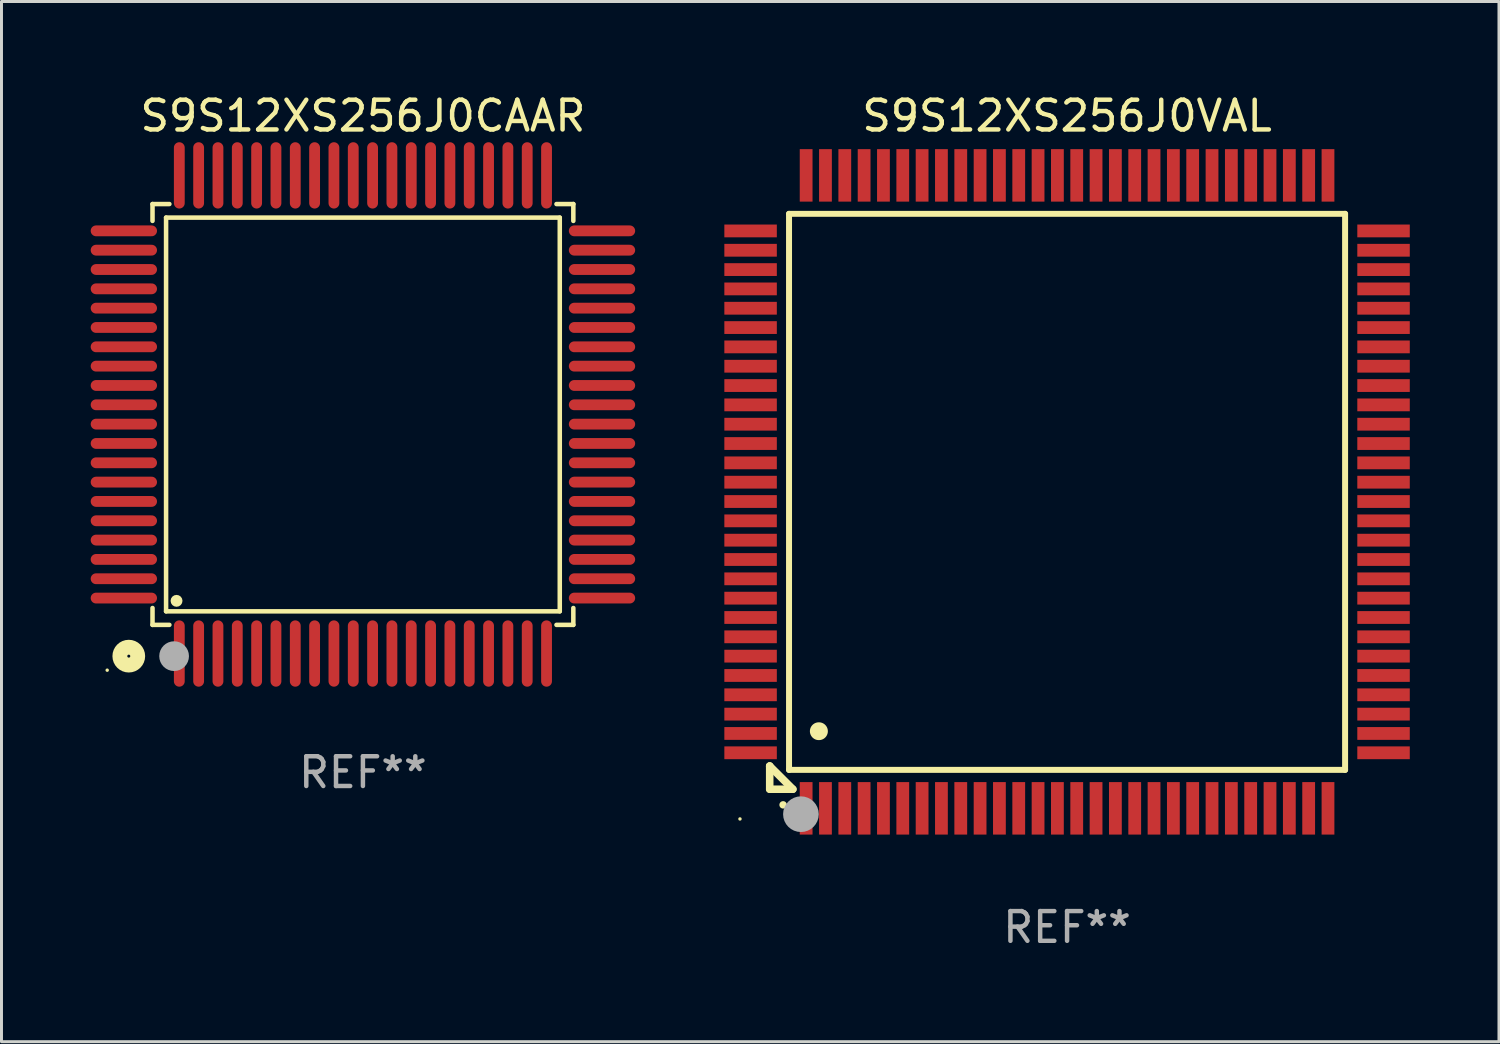
<source format=kicad_pcb>
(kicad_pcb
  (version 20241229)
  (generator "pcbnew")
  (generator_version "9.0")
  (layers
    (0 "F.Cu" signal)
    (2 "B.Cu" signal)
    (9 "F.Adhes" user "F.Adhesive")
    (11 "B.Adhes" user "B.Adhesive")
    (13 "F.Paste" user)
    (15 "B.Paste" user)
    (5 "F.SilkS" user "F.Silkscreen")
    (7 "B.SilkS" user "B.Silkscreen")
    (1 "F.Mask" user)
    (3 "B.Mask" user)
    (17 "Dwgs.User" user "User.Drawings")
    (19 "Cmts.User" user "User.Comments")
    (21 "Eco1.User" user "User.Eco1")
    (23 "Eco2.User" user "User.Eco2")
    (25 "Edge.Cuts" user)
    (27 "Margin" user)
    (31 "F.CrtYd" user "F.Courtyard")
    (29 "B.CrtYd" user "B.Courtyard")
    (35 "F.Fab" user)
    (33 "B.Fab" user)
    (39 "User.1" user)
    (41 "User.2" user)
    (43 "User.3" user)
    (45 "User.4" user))
  (footprint "S9S12XS256J0VAL"
    (layer "F.Cu")
    (at 32.835 13.491)
    (property "Reference" "S9S12XS256J0VAL" (at 0 -12.643 0) (layer "F.SilkS") (effects (font (size 1 1) (thickness 0.15))))
    (attr through_hole)
    (fp_line (start -10 9.221) (end -10 9.221) (stroke (width 0.254) (type solid)) (layer "F.SilkS"))
    (fp_line (start -10 9.221) (end -10 10) (stroke (width 0.254) (type solid)) (layer "F.SilkS"))
    (fp_line (start -10 9.221) (end -9.221 10) (stroke (width 0.254) (type solid)) (layer "F.SilkS"))
    (fp_line (start -10 10) (end -9.221 10) (stroke (width 0.254) (type solid)) (layer "F.SilkS"))
    (fp_line (start -9.35 -9.35) (end -9.35 9.35) (stroke (width 0.201) (type solid)) (layer "F.SilkS"))
    (fp_line (start -9.35 9.35) (end 9.35 9.35) (stroke (width 0.201) (type solid)) (layer "F.SilkS"))
    (fp_line (start 9.35 -9.35) (end -9.35 -9.35) (stroke (width 0.201) (type solid)) (layer "F.SilkS"))
    (fp_line (start 9.35 9.35) (end 9.35 -9.35) (stroke (width 0.201) (type solid)) (layer "F.SilkS"))
    (fp_arc (start -9.550546 10.525832) (mid -9.549276 10.525826) (end -9.548006 10.525832) (stroke (width 0.24892) (type solid)) (layer "F.SilkS"))
    (fp_arc (start -8.349124 8.049327) (mid -8.346584 8.049316) (end -8.344044 8.049327) (stroke (width 0.599441) (type solid)) (layer "F.SilkS"))
    (fp_circle (center -11 11) (end -10.97 11) (stroke (width 0.06) (type solid)) (fill no) (layer "F.SilkS"))
    (fp_circle (center -8.95 10.84) (end -8.65 10.84) (stroke (width 0.6) (type solid)) (fill no) (layer "F.Fab"))
    (fp_text user "REF**" (at 0 14.643 0) (layer "F.Fab") (effects (font (size 1 1) (thickness 0.15))))
    (pad "1" smd rect (at -8.775 10.643) (size 0.43 1.765) (layers "F.Cu" "F.Mask" "F.Paste"))
    (pad "2" smd rect (at -8.125 10.643) (size 0.43 1.765) (layers "F.Cu" "F.Mask" "F.Paste"))
    (pad "3" smd rect (at -7.475 10.643) (size 0.43 1.765) (layers "F.Cu" "F.Mask" "F.Paste"))
    (pad "4" smd rect (at -6.825 10.643) (size 0.43 1.765) (layers "F.Cu" "F.Mask" "F.Paste"))
    (pad "5" smd rect (at -6.175 10.643) (size 0.43 1.765) (layers "F.Cu" "F.Mask" "F.Paste"))
    (pad "6" smd rect (at -5.525 10.643) (size 0.43 1.765) (layers "F.Cu" "F.Mask" "F.Paste"))
    (pad "7" smd rect (at -4.875 10.643) (size 0.43 1.765) (layers "F.Cu" "F.Mask" "F.Paste"))
    (pad "8" smd rect (at -4.225 10.643) (size 0.43 1.765) (layers "F.Cu" "F.Mask" "F.Paste"))
    (pad "9" smd rect (at -3.575 10.643) (size 0.43 1.765) (layers "F.Cu" "F.Mask" "F.Paste"))
    (pad "10" smd rect (at -2.925 10.643) (size 0.43 1.765) (layers "F.Cu" "F.Mask" "F.Paste"))
    (pad "11" smd rect (at -2.275 10.643) (size 0.43 1.765) (layers "F.Cu" "F.Mask" "F.Paste"))
    (pad "12" smd rect (at -1.625 10.643) (size 0.43 1.765) (layers "F.Cu" "F.Mask" "F.Paste"))
    (pad "13" smd rect (at -0.975 10.643) (size 0.43 1.765) (layers "F.Cu" "F.Mask" "F.Paste"))
    (pad "14" smd rect (at -0.325 10.643) (size 0.43 1.765) (layers "F.Cu" "F.Mask" "F.Paste"))
    (pad "15" smd rect (at 0.325 10.643) (size 0.43 1.765) (layers "F.Cu" "F.Mask" "F.Paste"))
    (pad "16" smd rect (at 0.975 10.643) (size 0.43 1.765) (layers "F.Cu" "F.Mask" "F.Paste"))
    (pad "17" smd rect (at 1.625 10.643) (size 0.43 1.765) (layers "F.Cu" "F.Mask" "F.Paste"))
    (pad "18" smd rect (at 2.275 10.643) (size 0.43 1.765) (layers "F.Cu" "F.Mask" "F.Paste"))
    (pad "19" smd rect (at 2.925 10.643) (size 0.43 1.765) (layers "F.Cu" "F.Mask" "F.Paste"))
    (pad "20" smd rect (at 3.575 10.643) (size 0.43 1.765) (layers "F.Cu" "F.Mask" "F.Paste"))
    (pad "21" smd rect (at 4.225 10.643) (size 0.43 1.765) (layers "F.Cu" "F.Mask" "F.Paste"))
    (pad "22" smd rect (at 4.875 10.643) (size 0.43 1.765) (layers "F.Cu" "F.Mask" "F.Paste"))
    (pad "23" smd rect (at 5.525 10.643) (size 0.43 1.765) (layers "F.Cu" "F.Mask" "F.Paste"))
    (pad "24" smd rect (at 6.175 10.643) (size 0.43 1.765) (layers "F.Cu" "F.Mask" "F.Paste"))
    (pad "25" smd rect (at 6.825 10.643) (size 0.43 1.765) (layers "F.Cu" "F.Mask" "F.Paste"))
    (pad "26" smd rect (at 7.475 10.643) (size 0.43 1.765) (layers "F.Cu" "F.Mask" "F.Paste"))
    (pad "27" smd rect (at 8.125 10.643) (size 0.43 1.765) (layers "F.Cu" "F.Mask" "F.Paste"))
    (pad "28" smd rect (at 8.775 10.643) (size 0.43 1.765) (layers "F.Cu" "F.Mask" "F.Paste"))
    (pad "29" smd rect (at 10.643 8.775) (size 1.765 0.43) (layers "F.Cu" "F.Mask" "F.Paste"))
    (pad "30" smd rect (at 10.643 8.125) (size 1.765 0.43) (layers "F.Cu" "F.Mask" "F.Paste"))
    (pad "31" smd rect (at 10.643 7.475) (size 1.765 0.43) (layers "F.Cu" "F.Mask" "F.Paste"))
    (pad "32" smd rect (at 10.643 6.825) (size 1.765 0.43) (layers "F.Cu" "F.Mask" "F.Paste"))
    (pad "33" smd rect (at 10.643 6.175) (size 1.765 0.43) (layers "F.Cu" "F.Mask" "F.Paste"))
    (pad "34" smd rect (at 10.643 5.525) (size 1.765 0.43) (layers "F.Cu" "F.Mask" "F.Paste"))
    (pad "35" smd rect (at 10.643 4.875) (size 1.765 0.43) (layers "F.Cu" "F.Mask" "F.Paste"))
    (pad "36" smd rect (at 10.643 4.225) (size 1.765 0.43) (layers "F.Cu" "F.Mask" "F.Paste"))
    (pad "37" smd rect (at 10.643 3.575) (size 1.765 0.43) (layers "F.Cu" "F.Mask" "F.Paste"))
    (pad "38" smd rect (at 10.643 2.925) (size 1.765 0.43) (layers "F.Cu" "F.Mask" "F.Paste"))
    (pad "39" smd rect (at 10.643 2.275) (size 1.765 0.43) (layers "F.Cu" "F.Mask" "F.Paste"))
    (pad "40" smd rect (at 10.643 1.625) (size 1.765 0.43) (layers "F.Cu" "F.Mask" "F.Paste"))
    (pad "41" smd rect (at 10.643 0.975) (size 1.765 0.43) (layers "F.Cu" "F.Mask" "F.Paste"))
    (pad "42" smd rect (at 10.643 0.325) (size 1.765 0.43) (layers "F.Cu" "F.Mask" "F.Paste"))
    (pad "43" smd rect (at 10.643 -0.325) (size 1.765 0.43) (layers "F.Cu" "F.Mask" "F.Paste"))
    (pad "44" smd rect (at 10.643 -0.975) (size 1.765 0.43) (layers "F.Cu" "F.Mask" "F.Paste"))
    (pad "45" smd rect (at 10.643 -1.625) (size 1.765 0.43) (layers "F.Cu" "F.Mask" "F.Paste"))
    (pad "46" smd rect (at 10.643 -2.275) (size 1.765 0.43) (layers "F.Cu" "F.Mask" "F.Paste"))
    (pad "47" smd rect (at 10.643 -2.925) (size 1.765 0.43) (layers "F.Cu" "F.Mask" "F.Paste"))
    (pad "48" smd rect (at 10.643 -3.575) (size 1.765 0.43) (layers "F.Cu" "F.Mask" "F.Paste"))
    (pad "49" smd rect (at 10.643 -4.225) (size 1.765 0.43) (layers "F.Cu" "F.Mask" "F.Paste"))
    (pad "50" smd rect (at 10.643 -4.875) (size 1.765 0.43) (layers "F.Cu" "F.Mask" "F.Paste"))
    (pad "51" smd rect (at 10.643 -5.525) (size 1.765 0.43) (layers "F.Cu" "F.Mask" "F.Paste"))
    (pad "52" smd rect (at 10.643 -6.175) (size 1.765 0.43) (layers "F.Cu" "F.Mask" "F.Paste"))
    (pad "53" smd rect (at 10.643 -6.825) (size 1.765 0.43) (layers "F.Cu" "F.Mask" "F.Paste"))
    (pad "54" smd rect (at 10.643 -7.475) (size 1.765 0.43) (layers "F.Cu" "F.Mask" "F.Paste"))
    (pad "55" smd rect (at 10.643 -8.125) (size 1.765 0.43) (layers "F.Cu" "F.Mask" "F.Paste"))
    (pad "56" smd rect (at 10.643 -8.775) (size 1.765 0.43) (layers "F.Cu" "F.Mask" "F.Paste"))
    (pad "57" smd rect (at 8.775 -10.643) (size 0.43 1.765) (layers "F.Cu" "F.Mask" "F.Paste"))
    (pad "58" smd rect (at 8.125 -10.643) (size 0.43 1.765) (layers "F.Cu" "F.Mask" "F.Paste"))
    (pad "59" smd rect (at 7.475 -10.643) (size 0.43 1.765) (layers "F.Cu" "F.Mask" "F.Paste"))
    (pad "60" smd rect (at 6.825 -10.643) (size 0.43 1.765) (layers "F.Cu" "F.Mask" "F.Paste"))
    (pad "61" smd rect (at 6.175 -10.643) (size 0.43 1.765) (layers "F.Cu" "F.Mask" "F.Paste"))
    (pad "62" smd rect (at 5.525 -10.643) (size 0.43 1.765) (layers "F.Cu" "F.Mask" "F.Paste"))
    (pad "63" smd rect (at 4.875 -10.643) (size 0.43 1.765) (layers "F.Cu" "F.Mask" "F.Paste"))
    (pad "64" smd rect (at 4.225 -10.643) (size 0.43 1.765) (layers "F.Cu" "F.Mask" "F.Paste"))
    (pad "65" smd rect (at 3.575 -10.643) (size 0.43 1.765) (layers "F.Cu" "F.Mask" "F.Paste"))
    (pad "66" smd rect (at 2.925 -10.643) (size 0.43 1.765) (layers "F.Cu" "F.Mask" "F.Paste"))
    (pad "67" smd rect (at 2.275 -10.643) (size 0.43 1.765) (layers "F.Cu" "F.Mask" "F.Paste"))
    (pad "68" smd rect (at 1.625 -10.643) (size 0.43 1.765) (layers "F.Cu" "F.Mask" "F.Paste"))
    (pad "69" smd rect (at 0.975 -10.643) (size 0.43 1.765) (layers "F.Cu" "F.Mask" "F.Paste"))
    (pad "70" smd rect (at 0.325 -10.643) (size 0.43 1.765) (layers "F.Cu" "F.Mask" "F.Paste"))
    (pad "71" smd rect (at -0.325 -10.643) (size 0.43 1.765) (layers "F.Cu" "F.Mask" "F.Paste"))
    (pad "72" smd rect (at -0.975 -10.643) (size 0.43 1.765) (layers "F.Cu" "F.Mask" "F.Paste"))
    (pad "73" smd rect (at -1.625 -10.643) (size 0.43 1.765) (layers "F.Cu" "F.Mask" "F.Paste"))
    (pad "74" smd rect (at -2.275 -10.643) (size 0.43 1.765) (layers "F.Cu" "F.Mask" "F.Paste"))
    (pad "75" smd rect (at -2.925 -10.643) (size 0.43 1.765) (layers "F.Cu" "F.Mask" "F.Paste"))
    (pad "76" smd rect (at -3.575 -10.643) (size 0.43 1.765) (layers "F.Cu" "F.Mask" "F.Paste"))
    (pad "77" smd rect (at -4.225 -10.643) (size 0.43 1.765) (layers "F.Cu" "F.Mask" "F.Paste"))
    (pad "78" smd rect (at -4.875 -10.643) (size 0.43 1.765) (layers "F.Cu" "F.Mask" "F.Paste"))
    (pad "79" smd rect (at -5.525 -10.643) (size 0.43 1.765) (layers "F.Cu" "F.Mask" "F.Paste"))
    (pad "80" smd rect (at -6.175 -10.643) (size 0.43 1.765) (layers "F.Cu" "F.Mask" "F.Paste"))
    (pad "81" smd rect (at -6.825 -10.643) (size 0.43 1.765) (layers "F.Cu" "F.Mask" "F.Paste"))
    (pad "82" smd rect (at -7.475 -10.643) (size 0.43 1.765) (layers "F.Cu" "F.Mask" "F.Paste"))
    (pad "83" smd rect (at -8.125 -10.643) (size 0.43 1.765) (layers "F.Cu" "F.Mask" "F.Paste"))
    (pad "84" smd rect (at -8.775 -10.643) (size 0.43 1.765) (layers "F.Cu" "F.Mask" "F.Paste"))
    (pad "85" smd rect (at -10.643 -8.775) (size 1.765 0.43) (layers "F.Cu" "F.Mask" "F.Paste"))
    (pad "86" smd rect (at -10.643 -8.125) (size 1.765 0.43) (layers "F.Cu" "F.Mask" "F.Paste"))
    (pad "87" smd rect (at -10.643 -7.475) (size 1.765 0.43) (layers "F.Cu" "F.Mask" "F.Paste"))
    (pad "88" smd rect (at -10.643 -6.825) (size 1.765 0.43) (layers "F.Cu" "F.Mask" "F.Paste"))
    (pad "89" smd rect (at -10.643 -6.175) (size 1.765 0.43) (layers "F.Cu" "F.Mask" "F.Paste"))
    (pad "90" smd rect (at -10.643 -5.525) (size 1.765 0.43) (layers "F.Cu" "F.Mask" "F.Paste"))
    (pad "91" smd rect (at -10.643 -4.875) (size 1.765 0.43) (layers "F.Cu" "F.Mask" "F.Paste"))
    (pad "92" smd rect (at -10.643 -4.225) (size 1.765 0.43) (layers "F.Cu" "F.Mask" "F.Paste"))
    (pad "93" smd rect (at -10.643 -3.575) (size 1.765 0.43) (layers "F.Cu" "F.Mask" "F.Paste"))
    (pad "94" smd rect (at -10.643 -2.925) (size 1.765 0.43) (layers "F.Cu" "F.Mask" "F.Paste"))
    (pad "95" smd rect (at -10.643 -2.275) (size 1.765 0.43) (layers "F.Cu" "F.Mask" "F.Paste"))
    (pad "96" smd rect (at -10.643 -1.625) (size 1.765 0.43) (layers "F.Cu" "F.Mask" "F.Paste"))
    (pad "97" smd rect (at -10.643 -0.975) (size 1.765 0.43) (layers "F.Cu" "F.Mask" "F.Paste"))
    (pad "98" smd rect (at -10.643 -0.325) (size 1.765 0.43) (layers "F.Cu" "F.Mask" "F.Paste"))
    (pad "99" smd rect (at -10.643 0.325) (size 1.765 0.43) (layers "F.Cu" "F.Mask" "F.Paste"))
    (pad "100" smd rect (at -10.643 0.975) (size 1.765 0.43) (layers "F.Cu" "F.Mask" "F.Paste"))
    (pad "101" smd rect (at -10.643 1.625) (size 1.765 0.43) (layers "F.Cu" "F.Mask" "F.Paste"))
    (pad "102" smd rect (at -10.643 2.275) (size 1.765 0.43) (layers "F.Cu" "F.Mask" "F.Paste"))
    (pad "103" smd rect (at -10.643 2.925) (size 1.765 0.43) (layers "F.Cu" "F.Mask" "F.Paste"))
    (pad "104" smd rect (at -10.643 3.575) (size 1.765 0.43) (layers "F.Cu" "F.Mask" "F.Paste"))
    (pad "105" smd rect (at -10.643 4.225) (size 1.765 0.43) (layers "F.Cu" "F.Mask" "F.Paste"))
    (pad "106" smd rect (at -10.643 4.875) (size 1.765 0.43) (layers "F.Cu" "F.Mask" "F.Paste"))
    (pad "107" smd rect (at -10.643 5.525) (size 1.765 0.43) (layers "F.Cu" "F.Mask" "F.Paste"))
    (pad "108" smd rect (at -10.643 6.175) (size 1.765 0.43) (layers "F.Cu" "F.Mask" "F.Paste"))
    (pad "109" smd rect (at -10.643 6.825) (size 1.765 0.43) (layers "F.Cu" "F.Mask" "F.Paste"))
    (pad "110" smd rect (at -10.643 7.475) (size 1.765 0.43) (layers "F.Cu" "F.Mask" "F.Paste"))
    (pad "111" smd rect (at -10.643 8.125) (size 1.765 0.43) (layers "F.Cu" "F.Mask" "F.Paste"))
    (pad "112" smd rect (at -10.643 8.775) (size 1.765 0.43) (layers "F.Cu" "F.Mask" "F.Paste")))
  (footprint "S9S12XS256J0CAAR"
    (layer "F.Cu")
    (at 9.155 10.888)
    (property "Reference" "S9S12XS256J0CAAR" (at 0 -10.04 0) (layer "F.SilkS") (effects (font (size 1 1) (thickness 0.15))))
    (attr through_hole)
    (fp_line (start -7.076 -7.076) (end -7.076 -6.509) (stroke (width 0.152) (type solid)) (layer "F.SilkS"))
    (fp_line (start -7.076 7.076) (end -7.076 6.509) (stroke (width 0.152) (type solid)) (layer "F.SilkS"))
    (fp_line (start -6.62 -6.62) (end 6.62 -6.62) (stroke (width 0.152) (type solid)) (layer "F.SilkS"))
    (fp_line (start -6.62 6.62) (end -6.62 -6.62) (stroke (width 0.152) (type solid)) (layer "F.SilkS"))
    (fp_line (start -6.509 -7.076) (end -7.076 -7.076) (stroke (width 0.152) (type solid)) (layer "F.SilkS"))
    (fp_line (start -6.509 7.076) (end -7.076 7.076) (stroke (width 0.152) (type solid)) (layer "F.SilkS"))
    (fp_line (start 6.509 -7.076) (end 7.076 -7.076) (stroke (width 0.152) (type solid)) (layer "F.SilkS"))
    (fp_line (start 6.509 7.076) (end 7.076 7.076) (stroke (width 0.152) (type solid)) (layer "F.SilkS"))
    (fp_line (start 6.62 -6.62) (end 6.62 6.62) (stroke (width 0.152) (type solid)) (layer "F.SilkS"))
    (fp_line (start 6.62 6.62) (end -6.62 6.62) (stroke (width 0.152) (type solid)) (layer "F.SilkS"))
    (fp_line (start 7.076 -7.076) (end 7.076 -6.509) (stroke (width 0.152) (type solid)) (layer "F.SilkS"))
    (fp_line (start 7.076 7.076) (end 7.076 6.509) (stroke (width 0.152) (type solid)) (layer "F.SilkS"))
    (fp_circle (center -8.6 8.6) (end -8.57 8.6) (stroke (width 0.06) (type solid)) (fill no) (layer "F.SilkS"))
    (fp_circle (center -7.874 8.128) (end -7.574 8.128) (stroke (width 0.5) (type solid)) (fill no) (layer "F.SilkS"))
    (fp_circle (center -6.268 6.268) (end -6.168 6.268) (stroke (width 0.2) (type solid)) (fill no) (layer "F.SilkS"))
    (fp_circle (center -6.35 8.128) (end -6.1 8.128) (stroke (width 0.5) (type solid)) (fill no) (layer "F.Fab"))
    (fp_text user "REF**" (at 0 12.04 0) (layer "F.Fab") (effects (font (size 1 1) (thickness 0.15))))
    (pad "1" smd oval (at -6.175 8.04) (size 0.364 2.23) (layers "F.Cu" "F.Mask" "F.Paste"))
    (pad "2" smd oval (at -5.525 8.04) (size 0.364 2.23) (layers "F.Cu" "F.Mask" "F.Paste"))
    (pad "3" smd oval (at -4.875 8.04) (size 0.364 2.23) (layers "F.Cu" "F.Mask" "F.Paste"))
    (pad "4" smd oval (at -4.225 8.04) (size 0.364 2.23) (layers "F.Cu" "F.Mask" "F.Paste"))
    (pad "5" smd oval (at -3.575 8.04) (size 0.364 2.23) (layers "F.Cu" "F.Mask" "F.Paste"))
    (pad "6" smd oval (at -2.925 8.04) (size 0.364 2.23) (layers "F.Cu" "F.Mask" "F.Paste"))
    (pad "7" smd oval (at -2.275 8.04) (size 0.364 2.23) (layers "F.Cu" "F.Mask" "F.Paste"))
    (pad "8" smd oval (at -1.625 8.04) (size 0.364 2.23) (layers "F.Cu" "F.Mask" "F.Paste"))
    (pad "9" smd oval (at -0.975 8.04) (size 0.364 2.23) (layers "F.Cu" "F.Mask" "F.Paste"))
    (pad "10" smd oval (at -0.325 8.04) (size 0.364 2.23) (layers "F.Cu" "F.Mask" "F.Paste"))
    (pad "11" smd oval (at 0.325 8.04) (size 0.364 2.23) (layers "F.Cu" "F.Mask" "F.Paste"))
    (pad "12" smd oval (at 0.975 8.04) (size 0.364 2.23) (layers "F.Cu" "F.Mask" "F.Paste"))
    (pad "13" smd oval (at 1.625 8.04) (size 0.364 2.23) (layers "F.Cu" "F.Mask" "F.Paste"))
    (pad "14" smd oval (at 2.275 8.04) (size 0.364 2.23) (layers "F.Cu" "F.Mask" "F.Paste"))
    (pad "15" smd oval (at 2.925 8.04) (size 0.364 2.23) (layers "F.Cu" "F.Mask" "F.Paste"))
    (pad "16" smd oval (at 3.575 8.04) (size 0.364 2.23) (layers "F.Cu" "F.Mask" "F.Paste"))
    (pad "17" smd oval (at 4.225 8.04) (size 0.364 2.23) (layers "F.Cu" "F.Mask" "F.Paste"))
    (pad "18" smd oval (at 4.875 8.04) (size 0.364 2.23) (layers "F.Cu" "F.Mask" "F.Paste"))
    (pad "19" smd oval (at 5.525 8.04) (size 0.364 2.23) (layers "F.Cu" "F.Mask" "F.Paste"))
    (pad "20" smd oval (at 6.175 8.04) (size 0.364 2.23) (layers "F.Cu" "F.Mask" "F.Paste"))
    (pad "21" smd oval (at 8.04 6.175) (size 2.23 0.364) (layers "F.Cu" "F.Mask" "F.Paste"))
    (pad "22" smd oval (at 8.04 5.525) (size 2.23 0.364) (layers "F.Cu" "F.Mask" "F.Paste"))
    (pad "23" smd oval (at 8.04 4.875) (size 2.23 0.364) (layers "F.Cu" "F.Mask" "F.Paste"))
    (pad "24" smd oval (at 8.04 4.225) (size 2.23 0.364) (layers "F.Cu" "F.Mask" "F.Paste"))
    (pad "25" smd oval (at 8.04 3.575) (size 2.23 0.364) (layers "F.Cu" "F.Mask" "F.Paste"))
    (pad "26" smd oval (at 8.04 2.925) (size 2.23 0.364) (layers "F.Cu" "F.Mask" "F.Paste"))
    (pad "27" smd oval (at 8.04 2.275) (size 2.23 0.364) (layers "F.Cu" "F.Mask" "F.Paste"))
    (pad "28" smd oval (at 8.04 1.625) (size 2.23 0.364) (layers "F.Cu" "F.Mask" "F.Paste"))
    (pad "29" smd oval (at 8.04 0.975) (size 2.23 0.364) (layers "F.Cu" "F.Mask" "F.Paste"))
    (pad "30" smd oval (at 8.04 0.325) (size 2.23 0.364) (layers "F.Cu" "F.Mask" "F.Paste"))
    (pad "31" smd oval (at 8.04 -0.325) (size 2.23 0.364) (layers "F.Cu" "F.Mask" "F.Paste"))
    (pad "32" smd oval (at 8.04 -0.975) (size 2.23 0.364) (layers "F.Cu" "F.Mask" "F.Paste"))
    (pad "33" smd oval (at 8.04 -1.625) (size 2.23 0.364) (layers "F.Cu" "F.Mask" "F.Paste"))
    (pad "34" smd oval (at 8.04 -2.275) (size 2.23 0.364) (layers "F.Cu" "F.Mask" "F.Paste"))
    (pad "35" smd oval (at 8.04 -2.925) (size 2.23 0.364) (layers "F.Cu" "F.Mask" "F.Paste"))
    (pad "36" smd oval (at 8.04 -3.575) (size 2.23 0.364) (layers "F.Cu" "F.Mask" "F.Paste"))
    (pad "37" smd oval (at 8.04 -4.225) (size 2.23 0.364) (layers "F.Cu" "F.Mask" "F.Paste"))
    (pad "38" smd oval (at 8.04 -4.875) (size 2.23 0.364) (layers "F.Cu" "F.Mask" "F.Paste"))
    (pad "39" smd oval (at 8.04 -5.525) (size 2.23 0.364) (layers "F.Cu" "F.Mask" "F.Paste"))
    (pad "40" smd oval (at 8.04 -6.175) (size 2.23 0.364) (layers "F.Cu" "F.Mask" "F.Paste"))
    (pad "41" smd oval (at 6.175 -8.04) (size 0.364 2.23) (layers "F.Cu" "F.Mask" "F.Paste"))
    (pad "42" smd oval (at 5.525 -8.04) (size 0.364 2.23) (layers "F.Cu" "F.Mask" "F.Paste"))
    (pad "43" smd oval (at 4.875 -8.04) (size 0.364 2.23) (layers "F.Cu" "F.Mask" "F.Paste"))
    (pad "44" smd oval (at 4.225 -8.04) (size 0.364 2.23) (layers "F.Cu" "F.Mask" "F.Paste"))
    (pad "45" smd oval (at 3.575 -8.04) (size 0.364 2.23) (layers "F.Cu" "F.Mask" "F.Paste"))
    (pad "46" smd oval (at 2.925 -8.04) (size 0.364 2.23) (layers "F.Cu" "F.Mask" "F.Paste"))
    (pad "47" smd oval (at 2.275 -8.04) (size 0.364 2.23) (layers "F.Cu" "F.Mask" "F.Paste"))
    (pad "48" smd oval (at 1.625 -8.04) (size 0.364 2.23) (layers "F.Cu" "F.Mask" "F.Paste"))
    (pad "49" smd oval (at 0.975 -8.04) (size 0.364 2.23) (layers "F.Cu" "F.Mask" "F.Paste"))
    (pad "50" smd oval (at 0.325 -8.04) (size 0.364 2.23) (layers "F.Cu" "F.Mask" "F.Paste"))
    (pad "51" smd oval (at -0.325 -8.04) (size 0.364 2.23) (layers "F.Cu" "F.Mask" "F.Paste"))
    (pad "52" smd oval (at -0.975 -8.04) (size 0.364 2.23) (layers "F.Cu" "F.Mask" "F.Paste"))
    (pad "53" smd oval (at -1.625 -8.04) (size 0.364 2.23) (layers "F.Cu" "F.Mask" "F.Paste"))
    (pad "54" smd oval (at -2.275 -8.04) (size 0.364 2.23) (layers "F.Cu" "F.Mask" "F.Paste"))
    (pad "55" smd oval (at -2.925 -8.04) (size 0.364 2.23) (layers "F.Cu" "F.Mask" "F.Paste"))
    (pad "56" smd oval (at -3.575 -8.04) (size 0.364 2.23) (layers "F.Cu" "F.Mask" "F.Paste"))
    (pad "57" smd oval (at -4.225 -8.04) (size 0.364 2.23) (layers "F.Cu" "F.Mask" "F.Paste"))
    (pad "58" smd oval (at -4.875 -8.04) (size 0.364 2.23) (layers "F.Cu" "F.Mask" "F.Paste"))
    (pad "59" smd oval (at -5.525 -8.04) (size 0.364 2.23) (layers "F.Cu" "F.Mask" "F.Paste"))
    (pad "60" smd oval (at -6.175 -8.04) (size 0.364 2.23) (layers "F.Cu" "F.Mask" "F.Paste"))
    (pad "61" smd oval (at -8.04 -6.175) (size 2.23 0.364) (layers "F.Cu" "F.Mask" "F.Paste"))
    (pad "62" smd oval (at -8.04 -5.525) (size 2.23 0.364) (layers "F.Cu" "F.Mask" "F.Paste"))
    (pad "63" smd oval (at -8.04 -4.875) (size 2.23 0.364) (layers "F.Cu" "F.Mask" "F.Paste"))
    (pad "64" smd oval (at -8.04 -4.225) (size 2.23 0.364) (layers "F.Cu" "F.Mask" "F.Paste"))
    (pad "65" smd oval (at -8.04 -3.575) (size 2.23 0.364) (layers "F.Cu" "F.Mask" "F.Paste"))
    (pad "66" smd oval (at -8.04 -2.925) (size 2.23 0.364) (layers "F.Cu" "F.Mask" "F.Paste"))
    (pad "67" smd oval (at -8.04 -2.275) (size 2.23 0.364) (layers "F.Cu" "F.Mask" "F.Paste"))
    (pad "68" smd oval (at -8.04 -1.625) (size 2.23 0.364) (layers "F.Cu" "F.Mask" "F.Paste"))
    (pad "69" smd oval (at -8.04 -0.975) (size 2.23 0.364) (layers "F.Cu" "F.Mask" "F.Paste"))
    (pad "70" smd oval (at -8.04 -0.325) (size 2.23 0.364) (layers "F.Cu" "F.Mask" "F.Paste"))
    (pad "71" smd oval (at -8.04 0.325) (size 2.23 0.364) (layers "F.Cu" "F.Mask" "F.Paste"))
    (pad "72" smd oval (at -8.04 0.975) (size 2.23 0.364) (layers "F.Cu" "F.Mask" "F.Paste"))
    (pad "73" smd oval (at -8.04 1.625) (size 2.23 0.364) (layers "F.Cu" "F.Mask" "F.Paste"))
    (pad "74" smd oval (at -8.04 2.275) (size 2.23 0.364) (layers "F.Cu" "F.Mask" "F.Paste"))
    (pad "75" smd oval (at -8.04 2.925) (size 2.23 0.364) (layers "F.Cu" "F.Mask" "F.Paste"))
    (pad "76" smd oval (at -8.04 3.575) (size 2.23 0.364) (layers "F.Cu" "F.Mask" "F.Paste"))
    (pad "77" smd oval (at -8.04 4.225) (size 2.23 0.364) (layers "F.Cu" "F.Mask" "F.Paste"))
    (pad "78" smd oval (at -8.04 4.875) (size 2.23 0.364) (layers "F.Cu" "F.Mask" "F.Paste"))
    (pad "79" smd oval (at -8.04 5.525) (size 2.23 0.364) (layers "F.Cu" "F.Mask" "F.Paste"))
    (pad "80" smd oval (at -8.04 6.175) (size 2.23 0.364) (layers "F.Cu" "F.Mask" "F.Paste")))
  (gr_rect
    (start -3 -3)
    (end 47.36 31.982)
    (stroke (width 0.1) (type default))
    (fill no)
    (layer "Edge.Cuts")))
</source>
